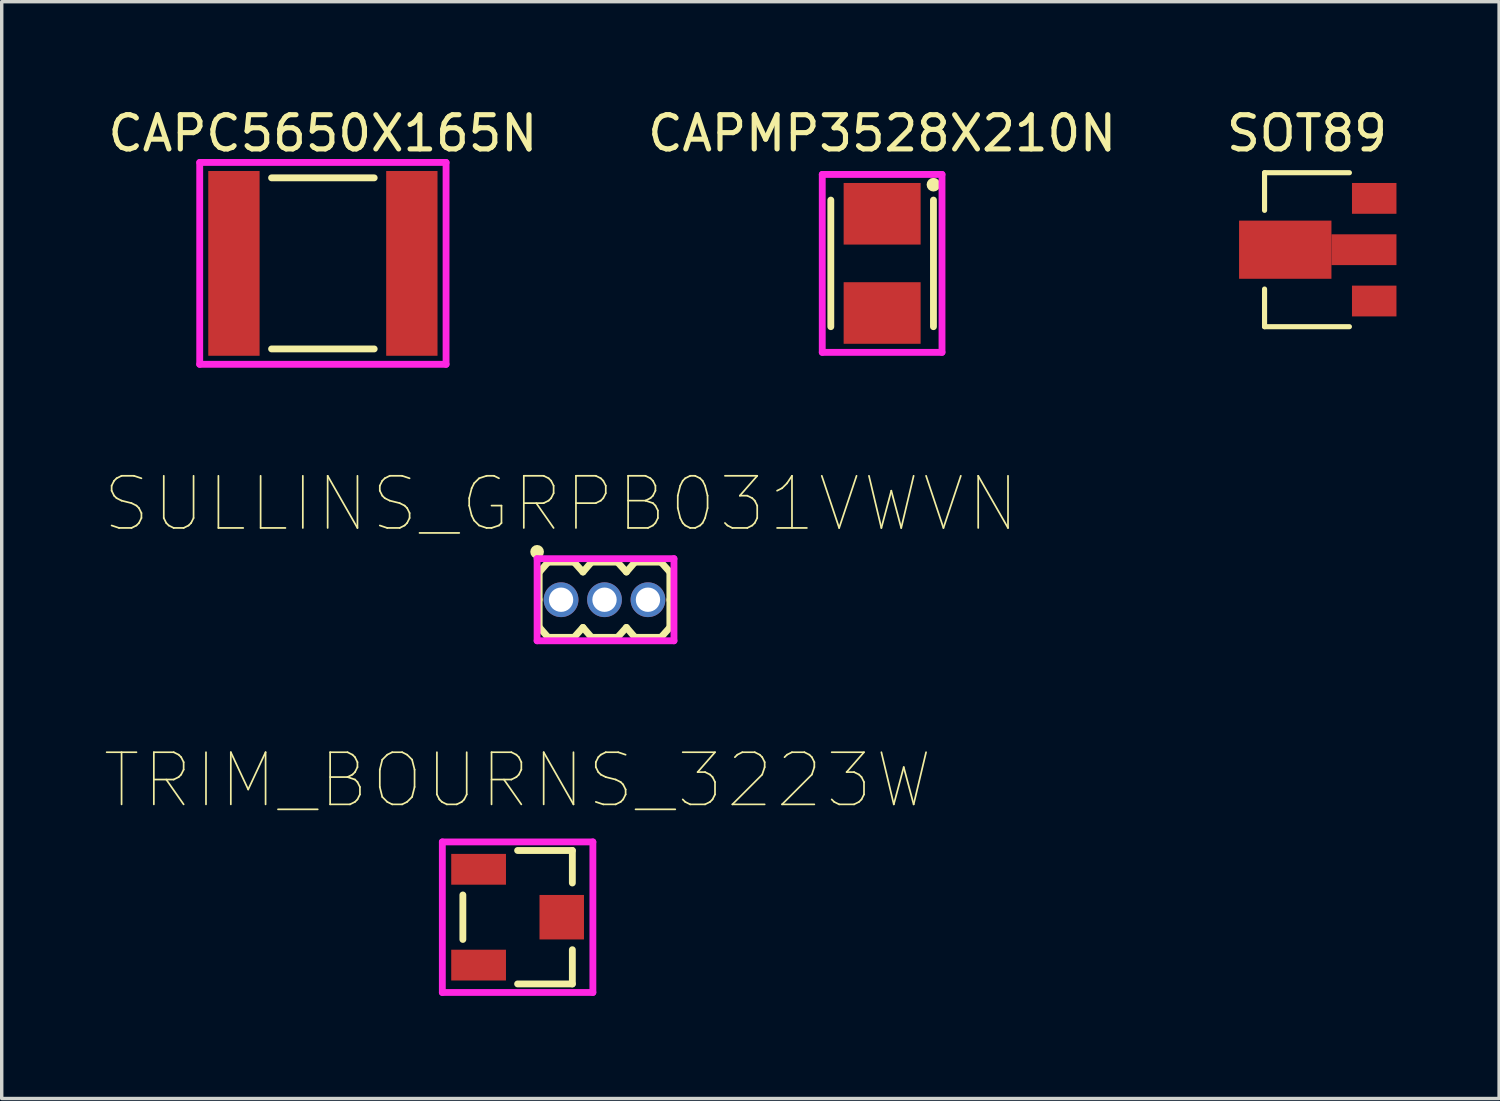
<source format=kicad_pcb>
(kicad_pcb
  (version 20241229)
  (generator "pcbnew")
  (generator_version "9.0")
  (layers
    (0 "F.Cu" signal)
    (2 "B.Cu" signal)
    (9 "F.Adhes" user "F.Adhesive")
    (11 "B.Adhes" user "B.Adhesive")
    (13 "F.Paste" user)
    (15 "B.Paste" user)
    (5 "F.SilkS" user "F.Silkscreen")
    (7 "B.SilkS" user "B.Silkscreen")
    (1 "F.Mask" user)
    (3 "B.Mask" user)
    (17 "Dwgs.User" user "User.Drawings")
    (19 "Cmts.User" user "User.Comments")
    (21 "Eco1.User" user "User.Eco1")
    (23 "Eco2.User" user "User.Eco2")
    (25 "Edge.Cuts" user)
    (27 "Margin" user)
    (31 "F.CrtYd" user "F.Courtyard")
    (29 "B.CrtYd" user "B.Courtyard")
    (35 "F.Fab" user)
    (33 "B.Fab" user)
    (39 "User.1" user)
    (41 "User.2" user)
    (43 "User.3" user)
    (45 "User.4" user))
  (footprint "TRIM_BOURNS_3223W"
    (layer "F.Cu")
    (at 12.078 23.757)
    (property "Reference" "TRIM_BOURNS_3223W" (at 0 -4 0) (layer "F.SilkS") (effects (font (size 1.524 1.524) (thickness 0.05))))
    (attr smd)
    (fp_line (start -1.6 -0.65) (end -1.6 0.65) (stroke (width 0.2) (type solid)) (layer "F.SilkS"))
    (fp_line (start 0 -1.95) (end 1.6 -1.95) (stroke (width 0.2) (type solid)) (layer "F.SilkS"))
    (fp_line (start 0 1.95) (end 1.6 1.95) (stroke (width 0.2) (type solid)) (layer "F.SilkS"))
    (fp_line (start 1.6 -1) (end 1.6 -1.95) (stroke (width 0.2) (type solid)) (layer "F.SilkS"))
    (fp_line (start 1.6 0.95) (end 1.6 1.95) (stroke (width 0.2) (type solid)) (layer "F.SilkS"))
    (fp_line (start -2.2 -2.2) (end -2.2 2.2) (stroke (width 0.2) (type solid)) (layer "F.CrtYd"))
    (fp_line (start -2.2 2.2) (end 2.2 2.2) (stroke (width 0.2) (type solid)) (layer "F.CrtYd"))
    (fp_line (start 2.2 -2.2) (end -2.2 -2.2) (stroke (width 0.2) (type solid)) (layer "F.CrtYd"))
    (fp_line (start 2.2 2.2) (end 2.2 -2.2) (stroke (width 0.2) (type solid)) (layer "F.CrtYd"))
    (pad "1" smd rect (at -1.14 -1.4 270) (size 0.9 1.6) (layers "F.Cu" "F.Mask" "F.Paste"))
    (pad "2" smd rect (at 1.29 0) (size 1.3 1.3) (layers "F.Cu" "F.Mask" "F.Paste"))
    (pad "3" smd rect (at -1.14 1.4 270) (size 0.9 1.6) (layers "F.Cu" "F.Mask" "F.Paste")))
  (footprint "CAPMP3528X210N"
    (layer "F.Cu")
    (at 22.732 4.648)
    (property "Reference" "CAPMP3528X210N" (at 0 -3.8 0) (layer "F.SilkS") (effects (font (size 1 1) (thickness 0.15))))
    (attr through_hole)
    (fp_line (start -1.5 -1.85) (end -1.5 1.85) (stroke (width 0.2) (type solid)) (layer "F.SilkS"))
    (fp_line (start 1.5 1.85) (end 1.5 -1.85) (stroke (width 0.2) (type solid)) (layer "F.SilkS"))
    (fp_circle (center 1.5 -2.3) (end 1.6 -2.3) (stroke (width 0.2) (type solid)) (fill no) (layer "F.SilkS"))
    (fp_line (start -1.75 -2.6) (end 1.75 -2.6) (stroke (width 0.2) (type solid)) (layer "F.CrtYd"))
    (fp_line (start -1.75 2.6) (end -1.75 -2.6) (stroke (width 0.2) (type solid)) (layer "F.CrtYd"))
    (fp_line (start -1.75 2.6) (end 1.75 2.6) (stroke (width 0.2) (type solid)) (layer "F.CrtYd"))
    (fp_line (start 1.75 2.6) (end 1.75 -2.6) (stroke (width 0.2) (type solid)) (layer "F.CrtYd"))
    (pad "1" smd rect (at 0 -1.45 90) (size 1.8 2.25) (layers "F.Cu" "F.Mask" "F.Paste"))
    (pad "2" smd rect (at 0 1.45 90) (size 1.8 2.25) (layers "F.Cu" "F.Mask" "F.Paste")))
  (footprint "SULLINS_GRPB031VWVN"
    (layer "F.Cu")
    (at 13.348 14.478)
    (property "Reference" "SULLINS_GRPB031VWVN" (at 0 -2.8 0) (layer "F.SilkS") (effects (font (size 1.524 1.524) (thickness 0.05))))
    (attr smd)
    (fp_line (start -0.64 -0.8) (end -0.64 0) (stroke (width 0.2) (type solid)) (layer "F.SilkS"))
    (fp_line (start -0.64 -0.8) (end -0.38 -1.1) (stroke (width 0.2) (type solid)) (layer "F.SilkS"))
    (fp_line (start -0.64 0) (end -0.64 0.8) (stroke (width 0.2) (type solid)) (layer "F.SilkS"))
    (fp_line (start -0.64 0.8) (end -0.38 1.1) (stroke (width 0.2) (type solid)) (layer "F.SilkS"))
    (fp_line (start -0.38 -1.1) (end 0.38 -1.1) (stroke (width 0.2) (type solid)) (layer "F.SilkS"))
    (fp_line (start -0.38 1.1) (end 0.38 1.1) (stroke (width 0.2) (type solid)) (layer "F.SilkS"))
    (fp_line (start 0.38 -1.1) (end 0.64 -0.81) (stroke (width 0.2) (type solid)) (layer "F.SilkS"))
    (fp_line (start 0.38 1.1) (end 0.64 0.81) (stroke (width 0.2) (type solid)) (layer "F.SilkS"))
    (fp_line (start 0.64 -0.81) (end 0.89 -1.1) (stroke (width 0.2) (type solid)) (layer "F.SilkS"))
    (fp_line (start 0.64 0.81) (end 0.89 1.1) (stroke (width 0.2) (type solid)) (layer "F.SilkS"))
    (fp_line (start 0.89 -1.1) (end 1.65 -1.1) (stroke (width 0.2) (type solid)) (layer "F.SilkS"))
    (fp_line (start 0.89 1.1) (end 1.65 1.1) (stroke (width 0.2) (type solid)) (layer "F.SilkS"))
    (fp_line (start 1.65 -1.1) (end 1.91 -0.81) (stroke (width 0.2) (type solid)) (layer "F.SilkS"))
    (fp_line (start 1.65 1.1) (end 1.91 0.81) (stroke (width 0.2) (type solid)) (layer "F.SilkS"))
    (fp_line (start 1.91 -0.81) (end 2.16 -1.1) (stroke (width 0.2) (type solid)) (layer "F.SilkS"))
    (fp_line (start 1.91 0.81) (end 2.16 1.1) (stroke (width 0.2) (type solid)) (layer "F.SilkS"))
    (fp_line (start 2.16 -1.1) (end 2.92 -1.1) (stroke (width 0.2) (type solid)) (layer "F.SilkS"))
    (fp_line (start 2.16 1.1) (end 2.92 1.1) (stroke (width 0.2) (type solid)) (layer "F.SilkS"))
    (fp_line (start 2.92 -1.1) (end 3.18 -0.81) (stroke (width 0.2) (type solid)) (layer "F.SilkS"))
    (fp_line (start 2.92 1.1) (end 3.18 0.81) (stroke (width 0.2) (type solid)) (layer "F.SilkS"))
    (fp_line (start 3.18 0.01) (end 3.18 -0.8) (stroke (width 0.2) (type solid)) (layer "F.SilkS"))
    (fp_line (start 3.18 0.81) (end 3.18 0) (stroke (width 0.2) (type solid)) (layer "F.SilkS"))
    (fp_circle (center -0.7 -1.4) (end -0.7 -1.5) (stroke (width 0.2) (type solid)) (fill no) (layer "F.SilkS"))
    (fp_line (start -0.7 -1.2) (end -0.7 1.2) (stroke (width 0.2) (type solid)) (layer "F.CrtYd"))
    (fp_line (start -0.7 1.2) (end 3.3 1.2) (stroke (width 0.2) (type solid)) (layer "F.CrtYd"))
    (fp_line (start 3.3 -1.2) (end -0.7 -1.2) (stroke (width 0.2) (type solid)) (layer "F.CrtYd"))
    (fp_line (start 3.3 1.2) (end 3.3 -1.2) (stroke (width 0.2) (type solid)) (layer "F.CrtYd"))
    (pad "1" thru_hole circle (at 0 0) (size 1.016 1.016) (drill 0.711) (layers "*.Cu" "*.Paste" "*.Mask"))
    (pad "2" thru_hole circle (at 1.27 0) (size 1.016 1.016) (drill 0.711) (layers "*.Cu" "*.Paste" "*.Mask"))
    (pad "3" thru_hole circle (at 2.54 0) (size 1.016 1.016) (drill 0.711) (layers "*.Cu" "*.Paste" "*.Mask")))
  (footprint "CAPC5650X165N"
    (layer "F.Cu")
    (at 6.387 4.648)
    (property "Reference" "CAPC5650X165N" (at 0 -3.8 0) (layer "F.SilkS") (effects (font (size 1 1) (thickness 0.15))))
    (attr through_hole)
    (fp_line (start -1.5 -2.5) (end 1.5 -2.5) (stroke (width 0.2) (type solid)) (layer "F.SilkS"))
    (fp_line (start -1.5 2.5) (end 1.5 2.5) (stroke (width 0.2) (type solid)) (layer "F.SilkS"))
    (fp_line (start -3.6 -2.95) (end 3.6 -2.95) (stroke (width 0.2) (type solid)) (layer "F.CrtYd"))
    (fp_line (start -3.6 2.95) (end -3.6 -2.95) (stroke (width 0.2) (type solid)) (layer "F.CrtYd"))
    (fp_line (start -3.6 2.95) (end 3.6 2.95) (stroke (width 0.2) (type solid)) (layer "F.CrtYd"))
    (fp_line (start 3.6 2.95) (end 3.6 -2.95) (stroke (width 0.2) (type solid)) (layer "F.CrtYd"))
    (pad "1" smd rect (at -2.6 0 90) (size 5.4 1.5) (layers "F.Cu" "F.Mask" "F.Paste"))
    (pad "2" smd rect (at 2.6 0 90) (size 5.4 1.5) (layers "F.Cu" "F.Mask" "F.Paste")))
  (footprint "SOT89"
    (layer "F.Cu")
    (at 35.149 4.248)
    (property "Reference" "SOT89" (at 0 -3.4 0) (layer "F.SilkS") (effects (font (size 1 1) (thickness 0.15))))
    (attr smd)
    (fp_line (start -1.24 -2.25) (end 1.24 -2.25) (stroke (width 0.15) (type solid)) (layer "F.SilkS"))
    (fp_line (start -1.24 -1.15) (end -1.24 -2.25) (stroke (width 0.15) (type solid)) (layer "F.SilkS"))
    (fp_line (start -1.24 2.25) (end -1.24 1.15) (stroke (width 0.15) (type solid)) (layer "F.SilkS"))
    (fp_line (start -1.24 2.25) (end 1.24 2.25) (stroke (width 0.15) (type solid)) (layer "F.SilkS"))
    (pad "1" smd rect (at 1.965 1.5 90) (size 0.9 1.3) (layers "F.Cu" "F.Mask" "F.Paste"))
    (pad "2" smd rect (at -0.635 0 90) (size 1.7 2.7) (layers "F.Cu" "F.Mask" "F.Paste"))
    (pad "2" smd rect (at 1.665 0 90) (size 0.9 1.9) (layers "F.Cu" "F.Mask" "F.Paste"))
    (pad "3" smd rect (at 1.965 -1.5 90) (size 0.9 1.3) (layers "F.Cu" "F.Mask" "F.Paste")))
  (gr_rect
    (start -3 -3)
    (end 40.764 29.057)
    (stroke (width 0.1) (type default))
    (fill no)
    (layer "Edge.Cuts")))
</source>
